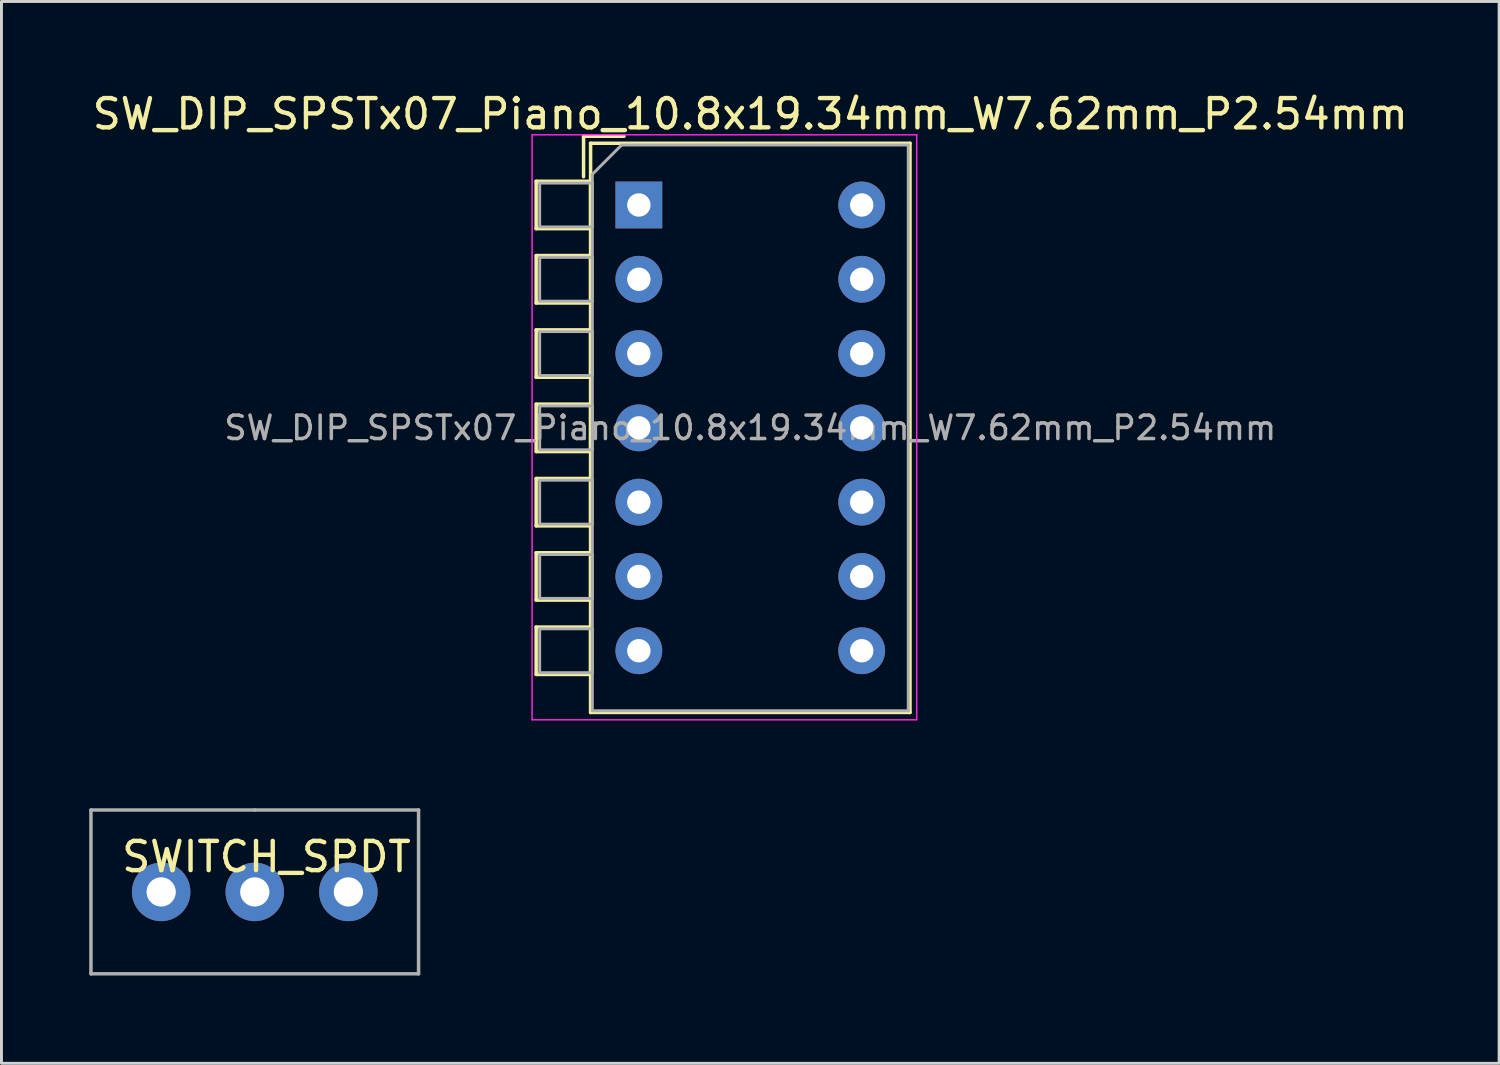
<source format=kicad_pcb>
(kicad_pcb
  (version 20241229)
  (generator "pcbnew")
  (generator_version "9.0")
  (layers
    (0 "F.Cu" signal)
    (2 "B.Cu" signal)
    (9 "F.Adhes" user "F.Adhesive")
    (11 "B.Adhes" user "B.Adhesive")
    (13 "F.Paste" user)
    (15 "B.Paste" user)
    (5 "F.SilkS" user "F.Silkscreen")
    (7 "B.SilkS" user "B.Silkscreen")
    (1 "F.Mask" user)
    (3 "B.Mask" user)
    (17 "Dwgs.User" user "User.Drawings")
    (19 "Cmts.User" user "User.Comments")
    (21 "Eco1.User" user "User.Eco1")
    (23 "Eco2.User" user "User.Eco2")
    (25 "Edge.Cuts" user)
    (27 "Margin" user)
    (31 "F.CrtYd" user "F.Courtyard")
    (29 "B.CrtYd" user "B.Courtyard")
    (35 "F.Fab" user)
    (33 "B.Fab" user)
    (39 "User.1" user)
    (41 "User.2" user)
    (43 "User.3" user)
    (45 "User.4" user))
  (footprint "SW_DIP_SPSTx07_Piano_10.8x19.34mm_W7.62mm_P2.54mm"
    (layer "F.Cu")
    (at 18.791 3.958)
    (property "Reference" "SW_DIP_SPSTx07_Piano_10.8x19.34mm_W7.62mm_P2.54mm" (at 3.81 -3.11 0) (layer "F.SilkS") (effects (font (size 1 1) (thickness 0.15))))
    (attr through_hole)
    (fp_line (start -3.51 -0.81) (end -3.51 0.81) (stroke (width 0.12) (type solid)) (layer "F.SilkS"))
    (fp_line (start -3.51 -0.81) (end -1.65 -0.81) (stroke (width 0.12) (type solid)) (layer "F.SilkS"))
    (fp_line (start -3.51 0.81) (end -1.65 0.81) (stroke (width 0.12) (type solid)) (layer "F.SilkS"))
    (fp_line (start -3.51 1.73) (end -3.51 3.35) (stroke (width 0.12) (type solid)) (layer "F.SilkS"))
    (fp_line (start -3.51 1.73) (end -1.65 1.73) (stroke (width 0.12) (type solid)) (layer "F.SilkS"))
    (fp_line (start -3.51 3.35) (end -1.65 3.35) (stroke (width 0.12) (type solid)) (layer "F.SilkS"))
    (fp_line (start -3.51 4.27) (end -3.51 5.89) (stroke (width 0.12) (type solid)) (layer "F.SilkS"))
    (fp_line (start -3.51 4.27) (end -1.65 4.27) (stroke (width 0.12) (type solid)) (layer "F.SilkS"))
    (fp_line (start -3.51 5.89) (end -1.65 5.89) (stroke (width 0.12) (type solid)) (layer "F.SilkS"))
    (fp_line (start -3.51 6.81) (end -3.51 8.43) (stroke (width 0.12) (type solid)) (layer "F.SilkS"))
    (fp_line (start -3.51 6.81) (end -1.65 6.81) (stroke (width 0.12) (type solid)) (layer "F.SilkS"))
    (fp_line (start -3.51 8.43) (end -1.65 8.43) (stroke (width 0.12) (type solid)) (layer "F.SilkS"))
    (fp_line (start -3.51 9.35) (end -3.51 10.97) (stroke (width 0.12) (type solid)) (layer "F.SilkS"))
    (fp_line (start -3.51 9.35) (end -1.65 9.35) (stroke (width 0.12) (type solid)) (layer "F.SilkS"))
    (fp_line (start -3.51 10.97) (end -1.65 10.97) (stroke (width 0.12) (type solid)) (layer "F.SilkS"))
    (fp_line (start -3.51 11.89) (end -3.51 13.51) (stroke (width 0.12) (type solid)) (layer "F.SilkS"))
    (fp_line (start -3.51 11.89) (end -1.65 11.89) (stroke (width 0.12) (type solid)) (layer "F.SilkS"))
    (fp_line (start -3.51 13.51) (end -1.65 13.51) (stroke (width 0.12) (type solid)) (layer "F.SilkS"))
    (fp_line (start -3.51 14.43) (end -3.51 16.05) (stroke (width 0.12) (type solid)) (layer "F.SilkS"))
    (fp_line (start -3.51 14.43) (end -1.65 14.43) (stroke (width 0.12) (type solid)) (layer "F.SilkS"))
    (fp_line (start -3.51 16.05) (end -1.65 16.05) (stroke (width 0.12) (type solid)) (layer "F.SilkS"))
    (fp_line (start -1.89 -2.35) (end -1.89 -0.967) (stroke (width 0.12) (type solid)) (layer "F.SilkS"))
    (fp_line (start -1.89 -2.35) (end -0.507 -2.35) (stroke (width 0.12) (type solid)) (layer "F.SilkS"))
    (fp_line (start -1.65 -2.11) (end -1.65 17.35) (stroke (width 0.12) (type solid)) (layer "F.SilkS"))
    (fp_line (start -1.65 -2.11) (end 9.27 -2.11) (stroke (width 0.12) (type solid)) (layer "F.SilkS"))
    (fp_line (start -1.65 -0.81) (end -1.65 0.81) (stroke (width 0.12) (type solid)) (layer "F.SilkS"))
    (fp_line (start -1.65 1.73) (end -1.65 3.35) (stroke (width 0.12) (type solid)) (layer "F.SilkS"))
    (fp_line (start -1.65 4.27) (end -1.65 5.89) (stroke (width 0.12) (type solid)) (layer "F.SilkS"))
    (fp_line (start -1.65 6.81) (end -1.65 8.43) (stroke (width 0.12) (type solid)) (layer "F.SilkS"))
    (fp_line (start -1.65 9.35) (end -1.65 10.97) (stroke (width 0.12) (type solid)) (layer "F.SilkS"))
    (fp_line (start -1.65 11.89) (end -1.65 13.51) (stroke (width 0.12) (type solid)) (layer "F.SilkS"))
    (fp_line (start -1.65 14.43) (end -1.65 16.05) (stroke (width 0.12) (type solid)) (layer "F.SilkS"))
    (fp_line (start -1.65 17.35) (end 9.27 17.35) (stroke (width 0.12) (type solid)) (layer "F.SilkS"))
    (fp_line (start 9.27 -2.11) (end 9.27 17.35) (stroke (width 0.12) (type solid)) (layer "F.SilkS"))
    (fp_line (start -3.65 -2.4) (end -3.65 17.6) (stroke (width 0.05) (type solid)) (layer "F.CrtYd"))
    (fp_line (start -3.65 17.6) (end 9.5 17.6) (stroke (width 0.05) (type solid)) (layer "F.CrtYd"))
    (fp_line (start 9.5 -2.4) (end -3.65 -2.4) (stroke (width 0.05) (type solid)) (layer "F.CrtYd"))
    (fp_line (start 9.5 17.6) (end 9.5 -2.4) (stroke (width 0.05) (type solid)) (layer "F.CrtYd"))
    (fp_line (start -3.39 -0.75) (end -1.59 -0.75) (stroke (width 0.1) (type solid)) (layer "F.Fab"))
    (fp_line (start -3.39 0.75) (end -3.39 -0.75) (stroke (width 0.1) (type solid)) (layer "F.Fab"))
    (fp_line (start -3.39 1.79) (end -1.59 1.79) (stroke (width 0.1) (type solid)) (layer "F.Fab"))
    (fp_line (start -3.39 3.29) (end -3.39 1.79) (stroke (width 0.1) (type solid)) (layer "F.Fab"))
    (fp_line (start -3.39 4.33) (end -1.59 4.33) (stroke (width 0.1) (type solid)) (layer "F.Fab"))
    (fp_line (start -3.39 5.83) (end -3.39 4.33) (stroke (width 0.1) (type solid)) (layer "F.Fab"))
    (fp_line (start -3.39 6.87) (end -1.59 6.87) (stroke (width 0.1) (type solid)) (layer "F.Fab"))
    (fp_line (start -3.39 8.37) (end -3.39 6.87) (stroke (width 0.1) (type solid)) (layer "F.Fab"))
    (fp_line (start -3.39 9.41) (end -1.59 9.41) (stroke (width 0.1) (type solid)) (layer "F.Fab"))
    (fp_line (start -3.39 10.91) (end -3.39 9.41) (stroke (width 0.1) (type solid)) (layer "F.Fab"))
    (fp_line (start -3.39 11.95) (end -1.59 11.95) (stroke (width 0.1) (type solid)) (layer "F.Fab"))
    (fp_line (start -3.39 13.45) (end -3.39 11.95) (stroke (width 0.1) (type solid)) (layer "F.Fab"))
    (fp_line (start -3.39 14.49) (end -1.59 14.49) (stroke (width 0.1) (type solid)) (layer "F.Fab"))
    (fp_line (start -3.39 15.99) (end -3.39 14.49) (stroke (width 0.1) (type solid)) (layer "F.Fab"))
    (fp_line (start -1.59 -1.05) (end -0.59 -2.05) (stroke (width 0.1) (type solid)) (layer "F.Fab"))
    (fp_line (start -1.59 -0.75) (end -1.59 0.75) (stroke (width 0.1) (type solid)) (layer "F.Fab"))
    (fp_line (start -1.59 0.75) (end -3.39 0.75) (stroke (width 0.1) (type solid)) (layer "F.Fab"))
    (fp_line (start -1.59 1.79) (end -1.59 3.29) (stroke (width 0.1) (type solid)) (layer "F.Fab"))
    (fp_line (start -1.59 3.29) (end -3.39 3.29) (stroke (width 0.1) (type solid)) (layer "F.Fab"))
    (fp_line (start -1.59 4.33) (end -1.59 5.83) (stroke (width 0.1) (type solid)) (layer "F.Fab"))
    (fp_line (start -1.59 5.83) (end -3.39 5.83) (stroke (width 0.1) (type solid)) (layer "F.Fab"))
    (fp_line (start -1.59 6.87) (end -1.59 8.37) (stroke (width 0.1) (type solid)) (layer "F.Fab"))
    (fp_line (start -1.59 8.37) (end -3.39 8.37) (stroke (width 0.1) (type solid)) (layer "F.Fab"))
    (fp_line (start -1.59 9.41) (end -1.59 10.91) (stroke (width 0.1) (type solid)) (layer "F.Fab"))
    (fp_line (start -1.59 10.91) (end -3.39 10.91) (stroke (width 0.1) (type solid)) (layer "F.Fab"))
    (fp_line (start -1.59 11.95) (end -1.59 13.45) (stroke (width 0.1) (type solid)) (layer "F.Fab"))
    (fp_line (start -1.59 13.45) (end -3.39 13.45) (stroke (width 0.1) (type solid)) (layer "F.Fab"))
    (fp_line (start -1.59 14.49) (end -1.59 15.99) (stroke (width 0.1) (type solid)) (layer "F.Fab"))
    (fp_line (start -1.59 15.99) (end -3.39 15.99) (stroke (width 0.1) (type solid)) (layer "F.Fab"))
    (fp_line (start -1.59 17.29) (end -1.59 -1.05) (stroke (width 0.1) (type solid)) (layer "F.Fab"))
    (fp_line (start -0.59 -2.05) (end 9.21 -2.05) (stroke (width 0.1) (type solid)) (layer "F.Fab"))
    (fp_line (start 9.21 -2.05) (end 9.21 17.29) (stroke (width 0.1) (type solid)) (layer "F.Fab"))
    (fp_line (start 9.21 17.29) (end -1.59 17.29) (stroke (width 0.1) (type solid)) (layer "F.Fab"))
    (fp_text user "${REFERENCE}" (at 3.81 7.62 0) (layer "F.Fab") (effects (font (size 0.8 0.8) (thickness 0.12))))
    (pad "1" thru_hole rect (at 0 0) (size 1.6 1.6) (drill 0.8) (layers "*.Cu" "*.Mask"))
    (pad "2" thru_hole oval (at 0 2.54) (size 1.6 1.6) (drill 0.8) (layers "*.Cu" "*.Mask"))
    (pad "3" thru_hole oval (at 0 5.08) (size 1.6 1.6) (drill 0.8) (layers "*.Cu" "*.Mask"))
    (pad "4" thru_hole oval (at 0 7.62) (size 1.6 1.6) (drill 0.8) (layers "*.Cu" "*.Mask"))
    (pad "5" thru_hole oval (at 0 10.16) (size 1.6 1.6) (drill 0.8) (layers "*.Cu" "*.Mask"))
    (pad "6" thru_hole oval (at 0 12.7) (size 1.6 1.6) (drill 0.8) (layers "*.Cu" "*.Mask"))
    (pad "7" thru_hole oval (at 0 15.24) (size 1.6 1.6) (drill 0.8) (layers "*.Cu" "*.Mask"))
    (pad "8" thru_hole oval (at 7.62 15.24) (size 1.6 1.6) (drill 0.8) (layers "*.Cu" "*.Mask"))
    (pad "9" thru_hole oval (at 7.62 12.7) (size 1.6 1.6) (drill 0.8) (layers "*.Cu" "*.Mask"))
    (pad "10" thru_hole oval (at 7.62 10.16) (size 1.6 1.6) (drill 0.8) (layers "*.Cu" "*.Mask"))
    (pad "11" thru_hole oval (at 7.62 7.62) (size 1.6 1.6) (drill 0.8) (layers "*.Cu" "*.Mask"))
    (pad "12" thru_hole oval (at 7.62 5.08) (size 1.6 1.6) (drill 0.8) (layers "*.Cu" "*.Mask"))
    (pad "13" thru_hole oval (at 7.62 2.54) (size 1.6 1.6) (drill 0.8) (layers "*.Cu" "*.Mask"))
    (pad "14" thru_hole oval (at 7.62 0) (size 1.6 1.6) (drill 0.8) (layers "*.Cu" "*.Mask")))
  (footprint "SWITCH_SPDT"
    (layer "F.Cu")
    (at 5.66 27.443)
    (property "Reference" "SWITCH_SPDT" (at 0.4 -1.2 0) (layer "F.SilkS") (effects (font (size 1 1) (thickness 0.15))))
    (attr through_hole)
    (fp_line (start -5.6 -2.8) (end -5.6 2.8) (stroke (width 0.12) (type solid)) (layer "F.Fab"))
    (fp_line (start -5.6 2.8) (end 5.6 2.8) (stroke (width 0.12) (type solid)) (layer "F.Fab"))
    (fp_line (start 0 -2.8) (end -5.6 -2.8) (stroke (width 0.12) (type solid)) (layer "F.Fab"))
    (fp_line (start 5.6 -2.8) (end 0 -2.8) (stroke (width 0.12) (type solid)) (layer "F.Fab"))
    (fp_line (start 5.6 2.8) (end 5.6 -2.8) (stroke (width 0.12) (type solid)) (layer "F.Fab"))
    (pad "1" thru_hole circle (at -3.2 0) (size 2 2) (drill 1) (layers "*.Cu" "*.Mask"))
    (pad "2" thru_hole circle (at 0 0) (size 2 2) (drill 1) (layers "*.Cu" "*.Mask"))
    (pad "3" thru_hole circle (at 3.2 0) (size 2 2) (drill 1) (layers "*.Cu" "*.Mask")))
  (gr_rect
    (start -3 -3)
    (end 48.202 33.303)
    (stroke (width 0.1) (type default))
    (fill no)
    (layer "Edge.Cuts")))
</source>
